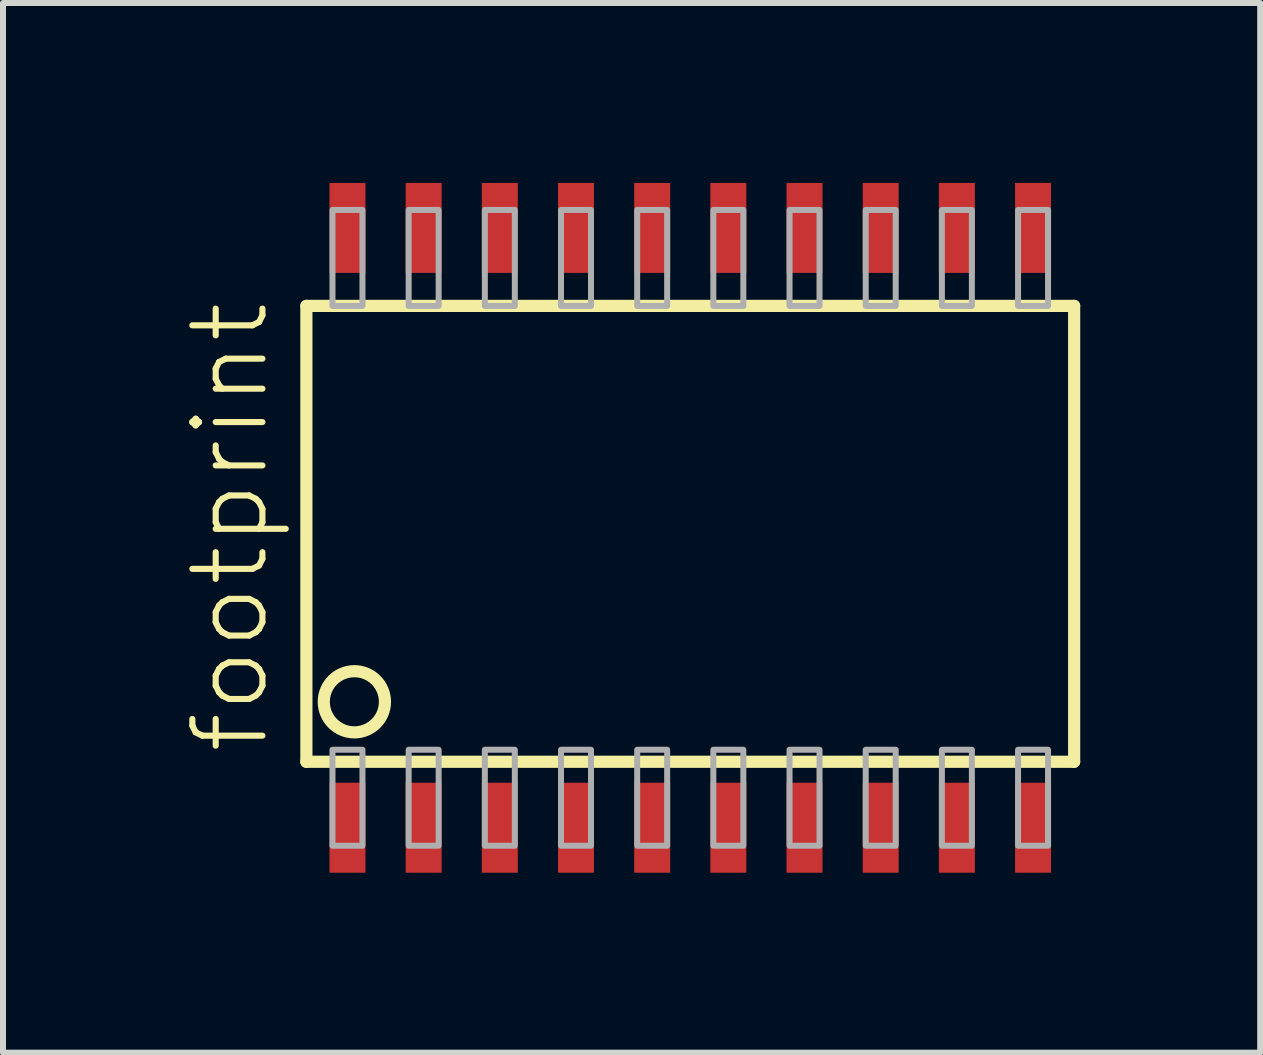
<source format=kicad_pcb>
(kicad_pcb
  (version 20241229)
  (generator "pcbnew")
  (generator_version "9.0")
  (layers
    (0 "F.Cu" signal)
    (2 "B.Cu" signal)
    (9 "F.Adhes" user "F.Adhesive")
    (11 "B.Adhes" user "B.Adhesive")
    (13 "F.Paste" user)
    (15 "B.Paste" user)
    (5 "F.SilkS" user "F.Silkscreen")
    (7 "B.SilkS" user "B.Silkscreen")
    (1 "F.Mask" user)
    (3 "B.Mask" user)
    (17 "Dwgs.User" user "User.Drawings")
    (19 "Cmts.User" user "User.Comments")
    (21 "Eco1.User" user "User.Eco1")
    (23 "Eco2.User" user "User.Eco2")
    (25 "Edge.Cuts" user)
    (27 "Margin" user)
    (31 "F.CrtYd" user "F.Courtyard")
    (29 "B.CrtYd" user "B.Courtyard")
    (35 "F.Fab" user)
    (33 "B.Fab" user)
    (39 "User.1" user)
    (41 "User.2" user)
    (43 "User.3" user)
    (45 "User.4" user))
  (footprint "footprint"
    (layer "F.Cu")
    (at 8.458 5.75)
    (property "Reference" "footprint" (at -6.985 3.81 90) (layer "F.SilkS") (effects (font (size 1.168 1.168) (thickness 0.102)) (justify left bottom)))
    (fp_line (start -6.4 -3.7) (end -6.4 3.9) (stroke (width 0.203) (type solid)) (layer "F.SilkS"))
    (fp_line (start -6.4 3.9) (end 6.4 3.9) (stroke (width 0.203) (type solid)) (layer "F.SilkS"))
    (fp_line (start 6.4 -3.7) (end -6.4 -3.7) (stroke (width 0.203) (type solid)) (layer "F.SilkS"))
    (fp_line (start 6.4 3.9) (end 6.4 -3.7) (stroke (width 0.203) (type solid)) (layer "F.SilkS"))
    (fp_circle (center -5.6 2.9) (end -5.09 2.9) (stroke (width 0.203) (type solid)) (fill no) (layer "F.SilkS"))
    (fp_poly (pts (xy -5.965 -3.7) (xy -5.465 -3.7) (xy -5.465 -5.3) (xy -5.965 -5.3)) (stroke (width 0.1) (type solid)) (fill no) (layer "F.Fab"))
    (fp_poly (pts (xy -5.965 5.3) (xy -5.465 5.3) (xy -5.465 3.7) (xy -5.965 3.7)) (stroke (width 0.1) (type solid)) (fill no) (layer "F.Fab"))
    (fp_poly (pts (xy -4.695 -3.7) (xy -4.195 -3.7) (xy -4.195 -5.3) (xy -4.695 -5.3)) (stroke (width 0.1) (type solid)) (fill no) (layer "F.Fab"))
    (fp_poly (pts (xy -4.695 5.3) (xy -4.195 5.3) (xy -4.195 3.7) (xy -4.695 3.7)) (stroke (width 0.1) (type solid)) (fill no) (layer "F.Fab"))
    (fp_poly (pts (xy -3.425 -3.7) (xy -2.925 -3.7) (xy -2.925 -5.3) (xy -3.425 -5.3)) (stroke (width 0.1) (type solid)) (fill no) (layer "F.Fab"))
    (fp_poly (pts (xy -3.425 5.3) (xy -2.925 5.3) (xy -2.925 3.7) (xy -3.425 3.7)) (stroke (width 0.1) (type solid)) (fill no) (layer "F.Fab"))
    (fp_poly (pts (xy -2.155 -3.7) (xy -1.655 -3.7) (xy -1.655 -5.3) (xy -2.155 -5.3)) (stroke (width 0.1) (type solid)) (fill no) (layer "F.Fab"))
    (fp_poly (pts (xy -2.155 5.3) (xy -1.655 5.3) (xy -1.655 3.7) (xy -2.155 3.7)) (stroke (width 0.1) (type solid)) (fill no) (layer "F.Fab"))
    (fp_poly (pts (xy -0.885 -3.7) (xy -0.385 -3.7) (xy -0.385 -5.3) (xy -0.885 -5.3)) (stroke (width 0.1) (type solid)) (fill no) (layer "F.Fab"))
    (fp_poly (pts (xy -0.885 5.3) (xy -0.385 5.3) (xy -0.385 3.7) (xy -0.885 3.7)) (stroke (width 0.1) (type solid)) (fill no) (layer "F.Fab"))
    (fp_poly (pts (xy 0.385 -3.7) (xy 0.885 -3.7) (xy 0.885 -5.3) (xy 0.385 -5.3)) (stroke (width 0.1) (type solid)) (fill no) (layer "F.Fab"))
    (fp_poly (pts (xy 0.385 5.3) (xy 0.885 5.3) (xy 0.885 3.7) (xy 0.385 3.7)) (stroke (width 0.1) (type solid)) (fill no) (layer "F.Fab"))
    (fp_poly (pts (xy 1.655 -3.7) (xy 2.155 -3.7) (xy 2.155 -5.3) (xy 1.655 -5.3)) (stroke (width 0.1) (type solid)) (fill no) (layer "F.Fab"))
    (fp_poly (pts (xy 1.655 5.3) (xy 2.155 5.3) (xy 2.155 3.7) (xy 1.655 3.7)) (stroke (width 0.1) (type solid)) (fill no) (layer "F.Fab"))
    (fp_poly (pts (xy 2.925 -3.7) (xy 3.425 -3.7) (xy 3.425 -5.3) (xy 2.925 -5.3)) (stroke (width 0.1) (type solid)) (fill no) (layer "F.Fab"))
    (fp_poly (pts (xy 2.925 5.3) (xy 3.425 5.3) (xy 3.425 3.7) (xy 2.925 3.7)) (stroke (width 0.1) (type solid)) (fill no) (layer "F.Fab"))
    (fp_poly (pts (xy 4.195 -3.7) (xy 4.695 -3.7) (xy 4.695 -5.3) (xy 4.195 -5.3)) (stroke (width 0.1) (type solid)) (fill no) (layer "F.Fab"))
    (fp_poly (pts (xy 4.195 5.3) (xy 4.695 5.3) (xy 4.695 3.7) (xy 4.195 3.7)) (stroke (width 0.1) (type solid)) (fill no) (layer "F.Fab"))
    (fp_poly (pts (xy 5.465 -3.7) (xy 5.965 -3.7) (xy 5.965 -5.3) (xy 5.465 -5.3)) (stroke (width 0.1) (type solid)) (fill no) (layer "F.Fab"))
    (fp_poly (pts (xy 5.465 5.3) (xy 5.965 5.3) (xy 5.965 3.7) (xy 5.465 3.7)) (stroke (width 0.1) (type solid)) (fill no) (layer "F.Fab"))
    (pad "1" smd rect (at -5.715 5) (size 0.6 1.5) (layers "F.Cu" "F.Mask" "F.Paste"))
    (pad "2" smd rect (at -4.445 5) (size 0.6 1.5) (layers "F.Cu" "F.Mask" "F.Paste"))
    (pad "3" smd rect (at -3.175 5) (size 0.6 1.5) (layers "F.Cu" "F.Mask" "F.Paste"))
    (pad "4" smd rect (at -1.905 5) (size 0.6 1.5) (layers "F.Cu" "F.Mask" "F.Paste"))
    (pad "5" smd rect (at -0.635 5) (size 0.6 1.5) (layers "F.Cu" "F.Mask" "F.Paste"))
    (pad "6" smd rect (at 0.635 5) (size 0.6 1.5) (layers "F.Cu" "F.Mask" "F.Paste"))
    (pad "7" smd rect (at 1.905 5) (size 0.6 1.5) (layers "F.Cu" "F.Mask" "F.Paste"))
    (pad "8" smd rect (at 3.175 5) (size 0.6 1.5) (layers "F.Cu" "F.Mask" "F.Paste"))
    (pad "9" smd rect (at 4.445 5) (size 0.6 1.5) (layers "F.Cu" "F.Mask" "F.Paste"))
    (pad "10" smd rect (at 5.715 5) (size 0.6 1.5) (layers "F.Cu" "F.Mask" "F.Paste"))
    (pad "11" smd rect (at 5.715 -5) (size 0.6 1.5) (layers "F.Cu" "F.Mask" "F.Paste"))
    (pad "12" smd rect (at 4.445 -5) (size 0.6 1.5) (layers "F.Cu" "F.Mask" "F.Paste"))
    (pad "13" smd rect (at 3.175 -5) (size 0.6 1.5) (layers "F.Cu" "F.Mask" "F.Paste"))
    (pad "14" smd rect (at 1.905 -5) (size 0.6 1.5) (layers "F.Cu" "F.Mask" "F.Paste"))
    (pad "15" smd rect (at 0.635 -5) (size 0.6 1.5) (layers "F.Cu" "F.Mask" "F.Paste"))
    (pad "16" smd rect (at -0.635 -5) (size 0.6 1.5) (layers "F.Cu" "F.Mask" "F.Paste"))
    (pad "17" smd rect (at -1.905 -5) (size 0.6 1.5) (layers "F.Cu" "F.Mask" "F.Paste"))
    (pad "18" smd rect (at -3.175 -5) (size 0.6 1.5) (layers "F.Cu" "F.Mask" "F.Paste"))
    (pad "19" smd rect (at -4.445 -5) (size 0.6 1.5) (layers "F.Cu" "F.Mask" "F.Paste"))
    (pad "20" smd rect (at -5.715 -5) (size 0.6 1.5) (layers "F.Cu" "F.Mask" "F.Paste")))
  (gr_rect
    (start -3 -3)
    (end 17.96 14.5)
    (stroke (width 0.1) (type default))
    (fill no)
    (layer "Edge.Cuts")))
</source>
